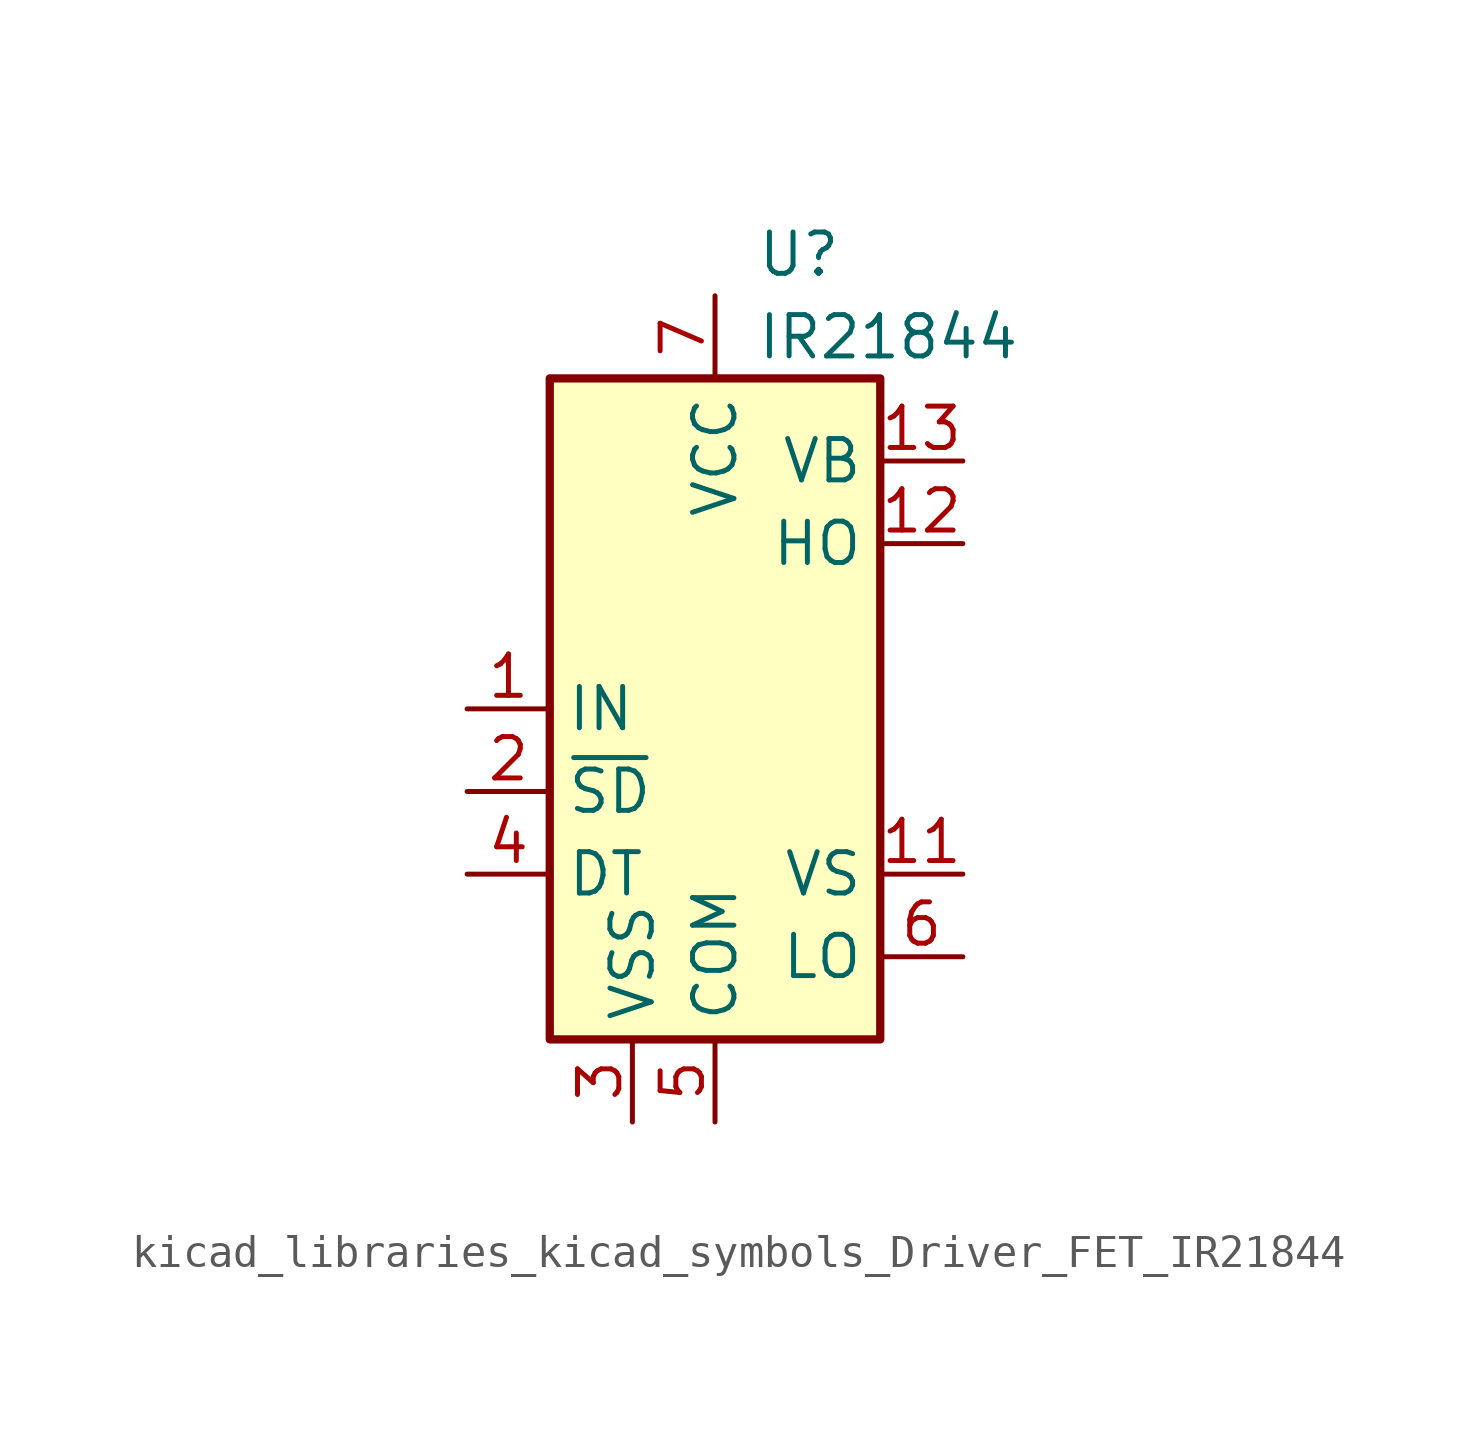
<source format=kicad_sym>
(kicad_symbol_lib
  (version 20220914)
  (generator kicad_symbol_editor)
  (symbol "kicad_libraries_kicad_symbols_Driver_FET_IR21844"
    (property "Reference" "U"
      (at 1.27 13.97 0)
      (effects (font (size 1.27 1.27)) (justify left)))
    (property "Value" "IR21844"
      (at 1.27 11.43 0)
      (effects (font (size 1.27 1.27)) (justify left)))
    (symbol "kicad_libraries_kicad_symbols_Driver_FET_IR21844_0_1"
      (rectangle (start -5.08 -10.16) (end 5.08 10.16) (stroke (width 0.254) (type default)) (fill (type background))))
    (symbol "kicad_libraries_kicad_symbols_Driver_FET_IR21844_1_1"
      (pin input line (at -7.62 0 0) (length 2.54) (name "IN" (effects (font (size 1.27 1.27)))) (number "1" (effects (font (size 1.27 1.27)))))
      (pin no_connect line (at -5.08 2.54 0) (length 2.54) hide (name "NC" (effects (font (size 1.27 1.27)))) (number "10" (effects (font (size 1.27 1.27)))))
      (pin passive line (at 7.62 -5.08 180) (length 2.54) (name "VS" (effects (font (size 1.27 1.27)))) (number "11" (effects (font (size 1.27 1.27)))))
      (pin output line (at 7.62 5.08 180) (length 2.54) (name "HO" (effects (font (size 1.27 1.27)))) (number "12" (effects (font (size 1.27 1.27)))))
      (pin passive line (at 7.62 7.62 180) (length 2.54) (name "VB" (effects (font (size 1.27 1.27)))) (number "13" (effects (font (size 1.27 1.27)))))
      (pin no_connect line (at 5.08 2.54 180) (length 2.54) hide (name "NC" (effects (font (size 1.27 1.27)))) (number "14" (effects (font (size 1.27 1.27)))))
      (pin input line (at -7.62 -2.54 0) (length 2.54) (name "~{SD}" (effects (font (size 1.27 1.27)))) (number "2" (effects (font (size 1.27 1.27)))))
      (pin power_in line (at -2.54 -12.7 90) (length 2.54) (name "VSS" (effects (font (size 1.27 1.27)))) (number "3" (effects (font (size 1.27 1.27)))))
      (pin input line (at -7.62 -5.08 0) (length 2.54) (name "DT" (effects (font (size 1.27 1.27)))) (number "4" (effects (font (size 1.27 1.27)))))
      (pin power_in line (at 0 -12.7 90) (length 2.54) (name "COM" (effects (font (size 1.27 1.27)))) (number "5" (effects (font (size 1.27 1.27)))))
      (pin output line (at 7.62 -7.62 180) (length 2.54) (name "LO" (effects (font (size 1.27 1.27)))) (number "6" (effects (font (size 1.27 1.27)))))
      (pin power_in line (at 0 12.7 270) (length 2.54) (name "VCC" (effects (font (size 1.27 1.27)))) (number "7" (effects (font (size 1.27 1.27)))))
      (pin no_connect line (at -5.08 7.62 0) (length 2.54) hide (name "NC" (effects (font (size 1.27 1.27)))) (number "8" (effects (font (size 1.27 1.27)))))
      (pin no_connect line (at -5.08 5.08 0) (length 2.54) hide (name "NC" (effects (font (size 1.27 1.27)))) (number "9" (effects (font (size 1.27 1.27))))))))
</source>
